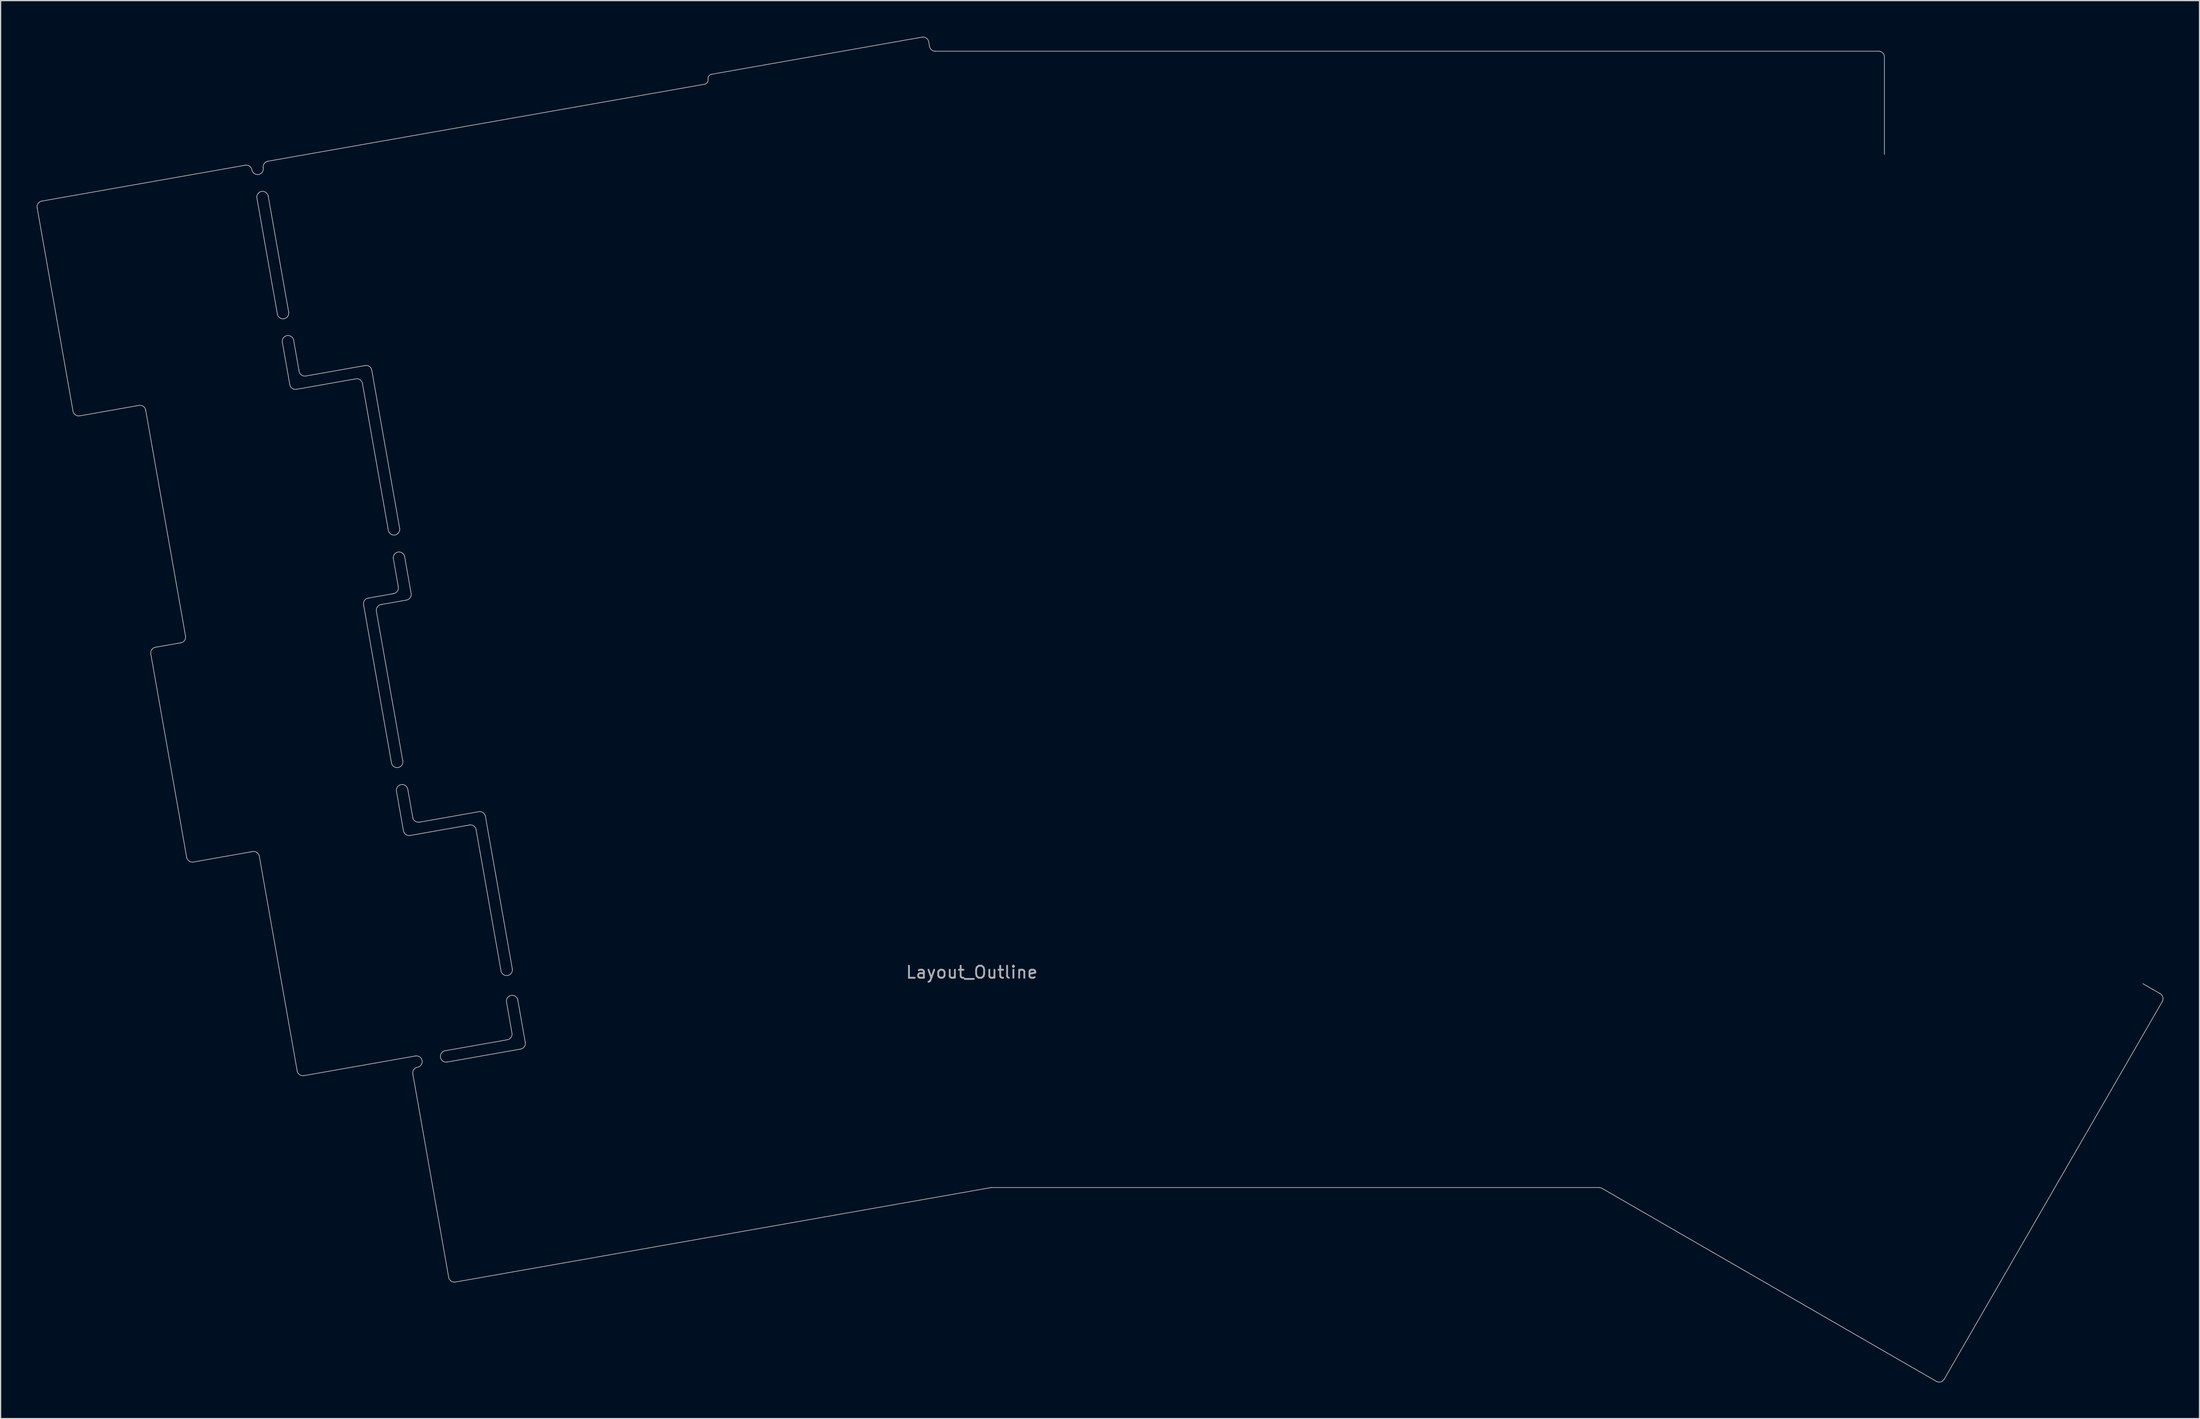
<source format=kicad_pcb>
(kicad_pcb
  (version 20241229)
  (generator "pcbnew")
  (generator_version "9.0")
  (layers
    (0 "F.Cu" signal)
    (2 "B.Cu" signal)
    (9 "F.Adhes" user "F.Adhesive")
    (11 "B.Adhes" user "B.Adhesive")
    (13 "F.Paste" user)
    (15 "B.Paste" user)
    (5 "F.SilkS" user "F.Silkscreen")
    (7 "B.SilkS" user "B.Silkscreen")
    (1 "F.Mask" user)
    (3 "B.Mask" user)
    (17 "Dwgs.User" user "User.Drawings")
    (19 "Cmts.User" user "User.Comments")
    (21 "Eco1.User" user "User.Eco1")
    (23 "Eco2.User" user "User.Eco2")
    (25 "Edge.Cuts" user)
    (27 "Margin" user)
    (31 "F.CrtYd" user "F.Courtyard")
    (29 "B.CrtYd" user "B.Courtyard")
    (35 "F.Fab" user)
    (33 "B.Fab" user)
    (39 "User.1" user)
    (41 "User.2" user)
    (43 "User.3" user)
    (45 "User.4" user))
  (footprint "Layout_Outline"
    (layer "F.Cu")
    (at 77.588 76.922)
    (property "Reference" "Layout_Outline" (at 0 0.714 0) (layer "F.Fab") (effects (font (size 1 1) (thickness 0.15))))
    (attr through_hole)
    (fp_line (start -77.556 -62.733) (end -74.579 -45.849) (stroke (width 0.05) (type solid)) (layer "Edge.Cuts"))
    (fp_line (start -74.027 -45.462) (end -69.103 -46.331) (stroke (width 0.05) (type solid)) (layer "Edge.Cuts"))
    (fp_line (start -68.551 -45.944) (end -65.243 -27.184) (stroke (width 0.05) (type solid)) (layer "Edge.Cuts"))
    (fp_line (start -68.126 -25.708) (end -65.149 -8.824) (stroke (width 0.05) (type solid)) (layer "Edge.Cuts"))
    (fp_line (start -65.629 -26.632) (end -67.74 -26.26) (stroke (width 0.05) (type solid)) (layer "Edge.Cuts"))
    (fp_line (start -64.597 -8.437) (end -59.672 -9.306) (stroke (width 0.05) (type solid)) (layer "Edge.Cuts"))
    (fp_line (start -60.285 -66.262) (end -77.17 -63.285) (stroke (width 0.05) (type solid)) (layer "Edge.Cuts"))
    (fp_line (start -59.32 -63.531) (end -57.625 -53.916) (stroke (width 0.05) (type solid)) (layer "Edge.Cuts"))
    (fp_line (start -59.121 -8.919) (end -55.978 8.903) (stroke (width 0.05) (type solid)) (layer "Edge.Cuts"))
    (fp_line (start -58.409 -66.593) (end -22.178 -72.981) (stroke (width 0.05) (type solid)) (layer "Edge.Cuts"))
    (fp_line (start -57.211 -51.571) (end -56.591 -48.053) (stroke (width 0.05) (type solid)) (layer "Edge.Cuts"))
    (fp_line (start -56.687 -54.081) (end -58.382 -63.696) (stroke (width 0.05) (type solid)) (layer "Edge.Cuts"))
    (fp_line (start -56.273 -51.736) (end -55.818 -49.157) (stroke (width 0.05) (type solid)) (layer "Edge.Cuts"))
    (fp_line (start -56.039 -47.667) (end -51.115 -48.535) (stroke (width 0.05) (type solid)) (layer "Edge.Cuts"))
    (fp_line (start -55.267 -48.77) (end -50.342 -49.639) (stroke (width 0.05) (type solid)) (layer "Edge.Cuts"))
    (fp_line (start -50.563 -48.149) (end -48.413 -35.954) (stroke (width 0.05) (type solid)) (layer "Edge.Cuts"))
    (fp_line (start -50.469 -29.789) (end -48.153 -16.656) (stroke (width 0.05) (type solid)) (layer "Edge.Cuts"))
    (fp_line (start -49.79 -49.252) (end -47.475 -36.12) (stroke (width 0.05) (type solid)) (layer "Edge.Cuts"))
    (fp_line (start -49.407 -29.251) (end -47.215 -16.822) (stroke (width 0.05) (type solid)) (layer "Edge.Cuts"))
    (fp_line (start -47.972 -30.713) (end -50.083 -30.34) (stroke (width 0.05) (type solid)) (layer "Edge.Cuts"))
    (fp_line (start -47.586 -31.264) (end -47.999 -33.609) (stroke (width 0.05) (type solid)) (layer "Edge.Cuts"))
    (fp_line (start -47.161 -11.028) (end -47.74 -14.311) (stroke (width 0.05) (type solid)) (layer "Edge.Cuts"))
    (fp_line (start -47.061 -33.775) (end -46.524 -30.726) (stroke (width 0.05) (type solid)) (layer "Edge.Cuts"))
    (fp_line (start -46.91 -30.174) (end -49.02 -29.802) (stroke (width 0.05) (type solid)) (layer "Edge.Cuts"))
    (fp_line (start -46.802 -14.477) (end -46.388 -12.132) (stroke (width 0.05) (type solid)) (layer "Edge.Cuts"))
    (fp_line (start -46.609 -10.642) (end -41.685 -11.51) (stroke (width 0.05) (type solid)) (layer "Edge.Cuts"))
    (fp_line (start -46.384 9.146) (end -43.407 26.031) (stroke (width 0.05) (type solid)) (layer "Edge.Cuts"))
    (fp_line (start -46.163 7.656) (end -55.426 9.29) (stroke (width 0.05) (type solid)) (layer "Edge.Cuts"))
    (fp_line (start -45.837 -11.745) (end -40.912 -12.614) (stroke (width 0.05) (type solid)) (layer "Edge.Cuts"))
    (fp_line (start -42.855 26.417) (end 1.584 18.581) (stroke (width 0.05) (type solid)) (layer "Edge.Cuts"))
    (fp_line (start -41.133 -11.124) (end -39.065 0.601) (stroke (width 0.05) (type solid)) (layer "Edge.Cuts"))
    (fp_line (start -40.36 -12.227) (end -38.127 0.436) (stroke (width 0.05) (type solid)) (layer "Edge.Cuts"))
    (fp_line (start -38.542 6.312) (end -43.701 7.222) (stroke (width 0.05) (type solid)) (layer "Edge.Cuts"))
    (fp_line (start -38.156 5.761) (end -38.61 3.181) (stroke (width 0.05) (type solid)) (layer "Edge.Cuts"))
    (fp_line (start -37.672 3.016) (end -37.052 6.533) (stroke (width 0.05) (type solid)) (layer "Edge.Cuts"))
    (fp_line (start -37.438 7.085) (end -43.536 8.16) (stroke (width 0.05) (type solid)) (layer "Edge.Cuts"))
    (fp_line (start -21.598 -73.809) (end -4.128 -76.89) (stroke (width 0.05) (type solid)) (layer "Edge.Cuts"))
    (fp_line (start -3.576 -76.503) (end -3.507 -76.117) (stroke (width 0.05) (type solid)) (layer "Edge.Cuts"))
    (fp_line (start -3.038 -75.724) (end 75.248 -75.724) (stroke (width 0.05) (type solid)) (layer "Edge.Cuts"))
    (fp_line (start 1.667 18.574) (end 52.046 18.574) (stroke (width 0.05) (type solid)) (layer "Edge.Cuts"))
    (fp_line (start 52.284 18.638) (end 80.034 34.659) (stroke (width 0.05) (type solid)) (layer "Edge.Cuts"))
    (fp_line (start 75.724 -75.248) (end 75.724 -67.151) (stroke (width 0.05) (type solid)) (layer "Edge.Cuts"))
    (fp_line (start 80.684 34.485) (end 98.782 3.139) (stroke (width 0.05) (type solid)) (layer "Edge.Cuts"))
    (fp_line (start 98.608 2.488) (end 97.164 1.655) (stroke (width 0.05) (type solid)) (layer "Edge.Cuts"))
    (fp_arc (start -77.556133 -62.733101) (mid -77.477238 -63.088966) (end -77.169817 -63.284813) (stroke (width 0.05) (type solid)) (layer "Edge.Cuts"))
    (fp_arc (start -74.02722 -45.462256) (mid -74.383086 -45.541149) (end -74.578936 -45.84857) (stroke (width 0.05) (type solid)) (layer "Edge.Cuts"))
    (fp_arc (start -69.102566 -46.330605) (mid -68.7467 -46.251711) (end -68.550851 -45.94429) (stroke (width 0.05) (type solid)) (layer "Edge.Cuts"))
    (fp_arc (start -68.12605 -25.708123) (mid -68.047156 -26.063991) (end -67.739732 -26.259841) (stroke (width 0.05) (type solid)) (layer "Edge.Cuts"))
    (fp_arc (start -65.242851 -27.183699) (mid -65.321747 -26.827834) (end -65.629169 -26.631987) (stroke (width 0.05) (type solid)) (layer "Edge.Cuts"))
    (fp_arc (start -64.597134 -8.437278) (mid -64.953002 -8.516171) (end -65.148852 -8.823594) (stroke (width 0.05) (type solid)) (layer "Edge.Cuts"))
    (fp_arc (start -60.285291 -66.262014) (mid -59.929424 -66.183121) (end -59.733574 -65.875699) (stroke (width 0.05) (type solid)) (layer "Edge.Cuts"))
    (fp_arc (start -59.672482 -9.305635) (mid -59.316615 -9.226739) (end -59.120766 -8.919315) (stroke (width 0.05) (type solid)) (layer "Edge.Cuts"))
    (fp_arc (start -59.320078 -63.530626) (mid -58.93376 -64.08234) (end -58.382046 -63.696022) (stroke (width 0.05) (type solid)) (layer "Edge.Cuts"))
    (fp_arc (start -58.795548 -66.041097) (mid -59.181862 -65.489385) (end -59.733574 -65.875699) (stroke (width 0.05) (type solid)) (layer "Edge.Cuts"))
    (fp_arc (start -58.795539 -66.041103) (mid -58.716645 -66.396965) (end -58.409227 -66.592811) (stroke (width 0.05) (type solid)) (layer "Edge.Cuts"))
    (fp_arc (start -57.211222 -51.570752) (mid -56.824909 -52.122461) (end -56.2732 -51.736148) (stroke (width 0.05) (type solid)) (layer "Edge.Cuts"))
    (fp_arc (start -56.686699 -54.081222) (mid -57.073011 -53.529504) (end -57.624729 -53.915816) (stroke (width 0.05) (type solid)) (layer "Edge.Cuts"))
    (fp_arc (start -56.039261 -47.666827) (mid -56.395127 -47.745719) (end -56.590977 -48.053139) (stroke (width 0.05) (type solid)) (layer "Edge.Cuts"))
    (fp_arc (start -55.426458 9.289559) (mid -55.782323 9.210664) (end -55.978171 8.903242) (stroke (width 0.05) (type solid)) (layer "Edge.Cuts"))
    (fp_arc (start -55.266634 -48.770252) (mid -55.6225 -48.849146) (end -55.818348 -49.156568) (stroke (width 0.05) (type solid)) (layer "Edge.Cuts"))
    (fp_arc (start -51.114612 -48.535175) (mid -50.758745 -48.456283) (end -50.562894 -48.148861) (stroke (width 0.05) (type solid)) (layer "Edge.Cuts"))
    (fp_arc (start -50.468891 -29.788753) (mid -50.389996 -30.144618) (end -50.082575 -30.340465) (stroke (width 0.05) (type solid)) (layer "Edge.Cuts"))
    (fp_arc (start -50.341975 -49.638602) (mid -49.986111 -49.559709) (end -49.790264 -49.252289) (stroke (width 0.05) (type solid)) (layer "Edge.Cuts"))
    (fp_arc (start -49.406811 -29.250628) (mid -49.327918 -29.606494) (end -49.020498 -29.802343) (stroke (width 0.05) (type solid)) (layer "Edge.Cuts"))
    (fp_arc (start -47.9992 -33.609408) (mid -47.612881 -34.161117) (end -47.061172 -33.774798) (stroke (width 0.05) (type solid)) (layer "Edge.Cuts"))
    (fp_arc (start -47.739783 -14.311265) (mid -47.353474 -14.862974) (end -46.801765 -14.476665) (stroke (width 0.05) (type solid)) (layer "Edge.Cuts"))
    (fp_arc (start -47.585696 -31.264327) (mid -47.664589 -30.908462) (end -47.97201 -30.712613) (stroke (width 0.05) (type solid)) (layer "Edge.Cuts"))
    (fp_arc (start -47.474659 -36.119879) (mid -47.860975 -35.568159) (end -48.412695 -35.954475) (stroke (width 0.05) (type solid)) (layer "Edge.Cuts"))
    (fp_arc (start -47.215257 -16.821737) (mid -47.601577 -16.270019) (end -48.153295 -16.656339) (stroke (width 0.05) (type solid)) (layer "Edge.Cuts"))
    (fp_arc (start -46.60918 -10.641849) (mid -46.965044 -10.720743) (end -47.160892 -11.028163) (stroke (width 0.05) (type solid)) (layer "Edge.Cuts"))
    (fp_arc (start -46.523614 -30.726207) (mid -46.602509 -30.370342) (end -46.90993 -30.174495) (stroke (width 0.05) (type solid)) (layer "Edge.Cuts"))
    (fp_arc (start -46.384333 9.145978) (mid -46.305438 8.79011) (end -45.998013 8.594261) (stroke (width 0.05) (type solid)) (layer "Edge.Cuts"))
    (fp_arc (start -46.163387 7.656275) (mid -45.611696 8.042579) (end -45.998013 8.594261) (stroke (width 0.05) (type solid)) (layer "Edge.Cuts"))
    (fp_arc (start -45.836548 -11.74528) (mid -46.192412 -11.824172) (end -46.388261 -12.131591) (stroke (width 0.05) (type solid)) (layer "Edge.Cuts"))
    (fp_arc (start -43.535694 8.16007) (mid -44.087386 7.773759) (end -43.701062 7.222076) (stroke (width 0.05) (type solid)) (layer "Edge.Cuts"))
    (fp_arc (start -42.855414 26.416823) (mid -43.211281 26.33793) (end -43.407131 26.030508) (stroke (width 0.05) (type solid)) (layer "Edge.Cuts"))
    (fp_arc (start -41.684525 -11.510202) (mid -41.328657 -11.431308) (end -41.132807 -11.123884) (stroke (width 0.05) (type solid)) (layer "Edge.Cuts"))
    (fp_arc (start -40.911894 -12.613624) (mid -40.55603 -12.534731) (end -40.360182 -12.227312) (stroke (width 0.05) (type solid)) (layer "Edge.Cuts"))
    (fp_arc (start -38.610459 3.181065) (mid -38.224146 2.629354) (end -37.672435 3.015667) (stroke (width 0.05) (type solid)) (layer "Edge.Cuts"))
    (fp_arc (start -38.155613 5.760645) (mid -38.234506 6.116511) (end -38.541926 6.31236) (stroke (width 0.05) (type solid)) (layer "Edge.Cuts"))
    (fp_arc (start -38.127281 0.436087) (mid -38.513598 0.987802) (end -39.065313 0.601485) (stroke (width 0.05) (type solid)) (layer "Edge.Cuts"))
    (fp_arc (start -37.052184 6.533278) (mid -37.131078 6.889142) (end -37.438499 7.084989) (stroke (width 0.05) (type solid)) (layer "Edge.Cuts"))
    (fp_arc (start -21.888149 -73.395159) (mid -21.828978 -73.662061) (end -21.598409 -73.808948) (stroke (width 0.05) (type solid)) (layer "Edge.Cuts"))
    (fp_arc (start -21.888149 -73.395157) (mid -21.947282 -73.128152) (end -22.17783 -72.981062) (stroke (width 0.05) (type solid)) (layer "Edge.Cuts"))
    (fp_arc (start -4.127532 -76.889521) (mid -3.771663 -76.810628) (end -3.575812 -76.503205) (stroke (width 0.05) (type solid)) (layer "Edge.Cuts"))
    (fp_arc (start -3.038137 -75.723764) (mid -3.344264 -75.835187) (end -3.50715 -76.117316) (stroke (width 0.05) (type solid)) (layer "Edge.Cuts"))
    (fp_arc (start 1.584154 18.580968) (mid 1.625346 18.575545) (end 1.666853 18.573733) (stroke (width 0.05) (type solid)) (layer "Edge.Cuts"))
    (fp_arc (start 52.045501 18.574421) (mid 52.168763 18.590649) (end 52.283625 18.638227) (stroke (width 0.05) (type solid)) (layer "Edge.Cuts"))
    (fp_arc (start 75.2475 -75.72375) (mid 75.58426 -75.58426) (end 75.723751 -75.247501) (stroke (width 0.05) (type solid)) (layer "Edge.Cuts"))
    (fp_arc (start 80.684351 34.484785) (mid 80.395168 34.70668) (end 80.033781 34.659101) (stroke (width 0.05) (type solid)) (layer "Edge.Cuts"))
    (fp_arc (start 98.607533 2.488424) (mid 98.82943 2.777606) (end 98.781853 3.138994) (stroke (width 0.05) (type solid)) (layer "Edge.Cuts")))
  (gr_rect
    (start -3 -3)
    (end 179.459 114.67)
    (stroke (width 0.1) (type default))
    (fill no)
    (layer "Edge.Cuts")))
</source>
